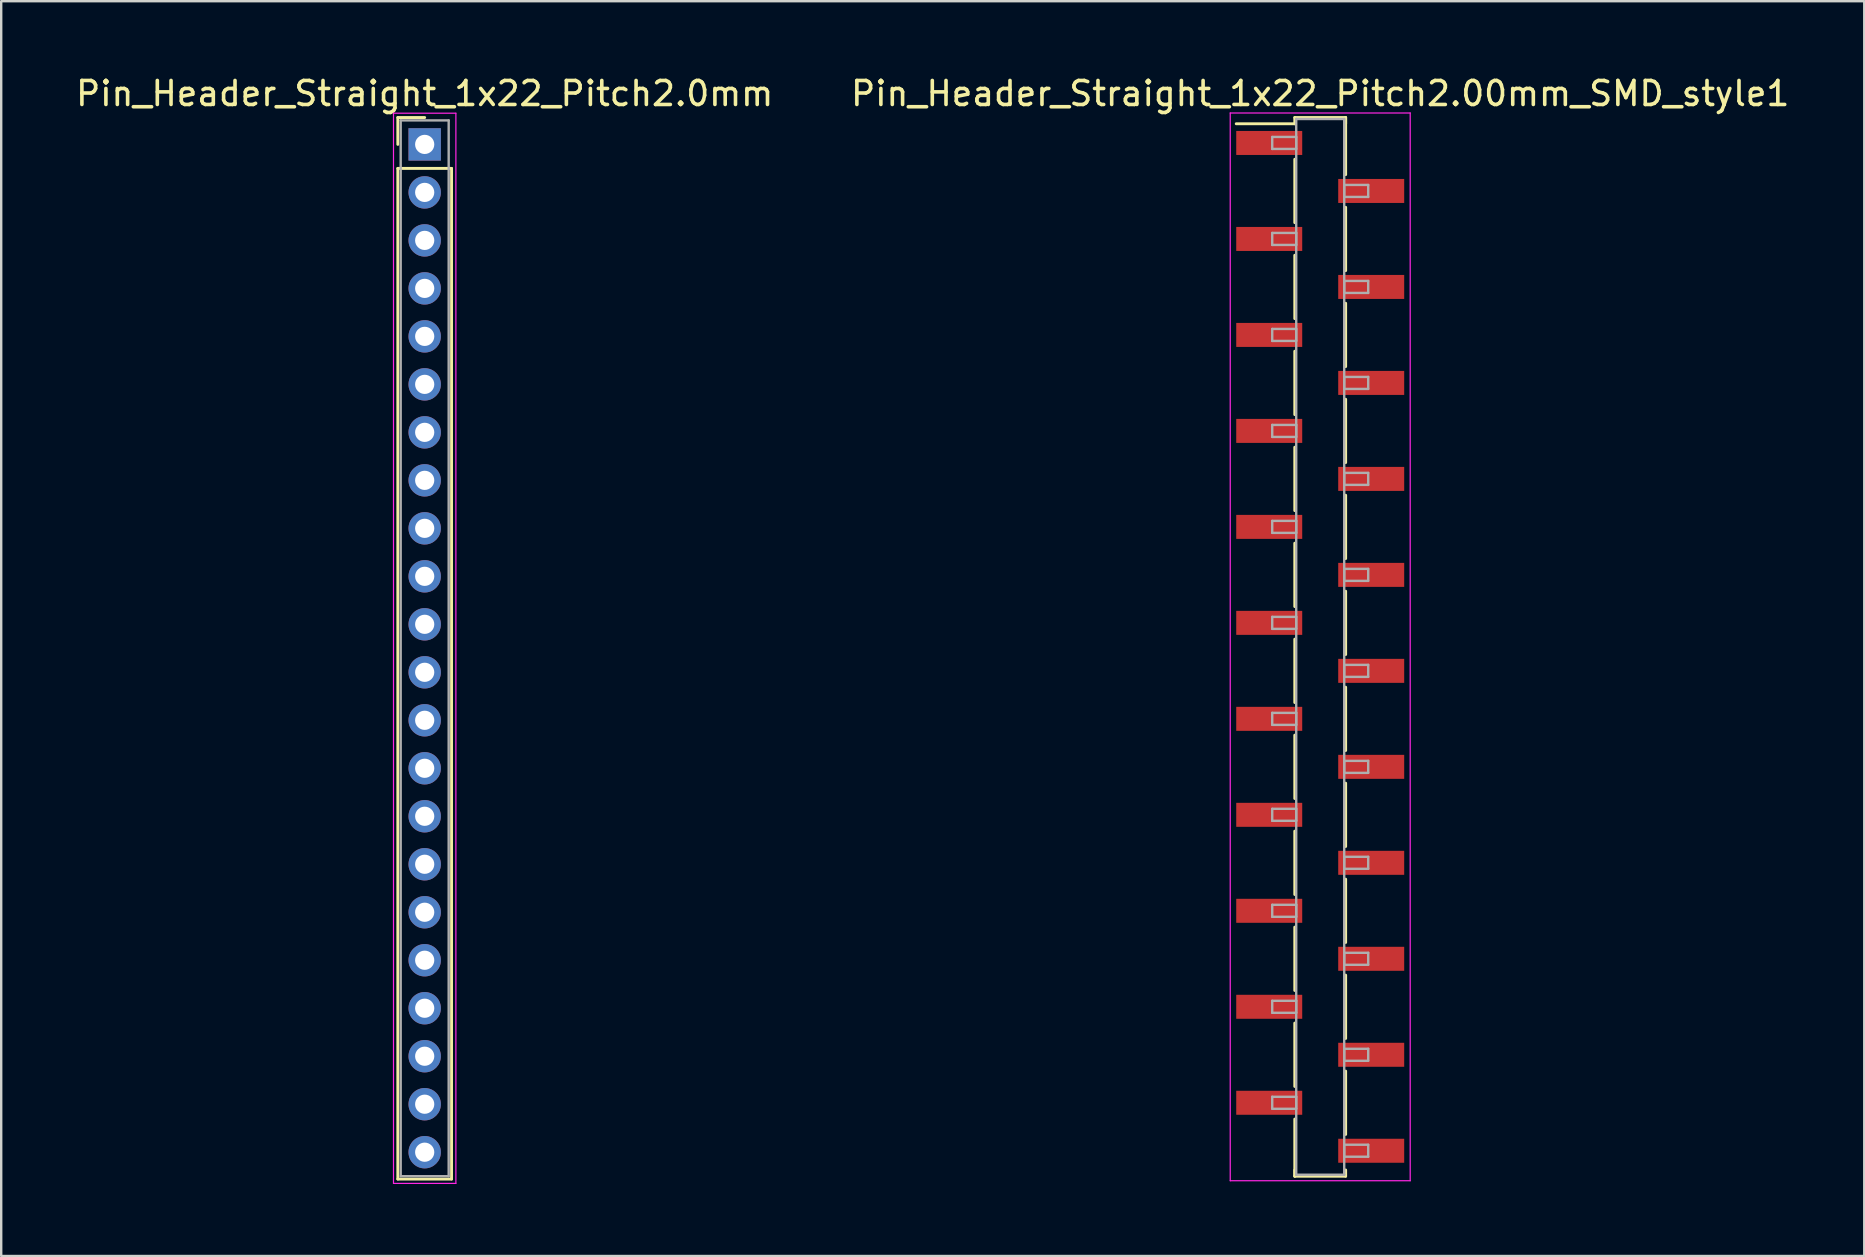
<source format=kicad_pcb>
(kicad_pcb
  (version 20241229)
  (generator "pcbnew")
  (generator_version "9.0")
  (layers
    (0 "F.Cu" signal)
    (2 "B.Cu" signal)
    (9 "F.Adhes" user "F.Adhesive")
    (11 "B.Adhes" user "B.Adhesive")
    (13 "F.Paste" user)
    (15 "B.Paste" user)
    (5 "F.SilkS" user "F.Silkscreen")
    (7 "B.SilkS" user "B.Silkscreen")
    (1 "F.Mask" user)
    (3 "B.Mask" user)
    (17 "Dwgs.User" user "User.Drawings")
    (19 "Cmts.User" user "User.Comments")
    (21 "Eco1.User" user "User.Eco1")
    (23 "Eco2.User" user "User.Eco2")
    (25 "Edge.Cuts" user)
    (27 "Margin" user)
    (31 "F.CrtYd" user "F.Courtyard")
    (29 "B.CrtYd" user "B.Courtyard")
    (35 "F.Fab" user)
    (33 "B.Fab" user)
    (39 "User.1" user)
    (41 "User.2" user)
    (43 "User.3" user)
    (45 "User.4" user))
  (footprint "Pin_Header_Straight_1x22_Pitch2.0mm"
    (layer "F.Cu")
    (at 14.649 2.968)
    (property "Reference" "Pin_Header_Straight_1x22_Pitch2.0mm" (at 0 -2.12 0) (layer "F.SilkS") (effects (font (size 1 1) (thickness 0.15))))
    (attr through_hole)
    (fp_line (start -1.12 -1.12) (end 0 -1.12) (stroke (width 0.12) (type solid)) (layer "F.SilkS"))
    (fp_line (start -1.12 0) (end -1.12 -1.12) (stroke (width 0.12) (type solid)) (layer "F.SilkS"))
    (fp_line (start -1.12 1) (end -1.12 43.12) (stroke (width 0.12) (type solid)) (layer "F.SilkS"))
    (fp_line (start -1.12 43.12) (end 1.12 43.12) (stroke (width 0.12) (type solid)) (layer "F.SilkS"))
    (fp_line (start 1.12 1) (end -1.12 1) (stroke (width 0.12) (type solid)) (layer "F.SilkS"))
    (fp_line (start 1.12 43.12) (end 1.12 1) (stroke (width 0.12) (type solid)) (layer "F.SilkS"))
    (fp_line (start -1.3 -1.3) (end -1.3 43.3) (stroke (width 0.05) (type solid)) (layer "F.CrtYd"))
    (fp_line (start -1.3 43.3) (end 1.3 43.3) (stroke (width 0.05) (type solid)) (layer "F.CrtYd"))
    (fp_line (start 1.3 -1.3) (end -1.3 -1.3) (stroke (width 0.05) (type solid)) (layer "F.CrtYd"))
    (fp_line (start 1.3 43.3) (end 1.3 -1.3) (stroke (width 0.05) (type solid)) (layer "F.CrtYd"))
    (fp_line (start -1 -1) (end -1 43) (stroke (width 0.1) (type solid)) (layer "F.Fab"))
    (fp_line (start -1 43) (end 1 43) (stroke (width 0.1) (type solid)) (layer "F.Fab"))
    (fp_line (start 1 -1) (end -1 -1) (stroke (width 0.1) (type solid)) (layer "F.Fab"))
    (fp_line (start 1 43) (end 1 -1) (stroke (width 0.1) (type solid)) (layer "F.Fab"))
    (pad "1" thru_hole rect (at 0 0) (size 1.35 1.35) (drill 0.8) (layers "*.Cu" "*.Mask"))
    (pad "2" thru_hole oval (at 0 2) (size 1.35 1.35) (drill 0.8) (layers "*.Cu" "*.Mask"))
    (pad "3" thru_hole oval (at 0 4) (size 1.35 1.35) (drill 0.8) (layers "*.Cu" "*.Mask"))
    (pad "4" thru_hole oval (at 0 6) (size 1.35 1.35) (drill 0.8) (layers "*.Cu" "*.Mask"))
    (pad "5" thru_hole oval (at 0 8) (size 1.35 1.35) (drill 0.8) (layers "*.Cu" "*.Mask"))
    (pad "6" thru_hole oval (at 0 10) (size 1.35 1.35) (drill 0.8) (layers "*.Cu" "*.Mask"))
    (pad "7" thru_hole oval (at 0 12) (size 1.35 1.35) (drill 0.8) (layers "*.Cu" "*.Mask"))
    (pad "8" thru_hole oval (at 0 14) (size 1.35 1.35) (drill 0.8) (layers "*.Cu" "*.Mask"))
    (pad "9" thru_hole oval (at 0 16) (size 1.35 1.35) (drill 0.8) (layers "*.Cu" "*.Mask"))
    (pad "10" thru_hole oval (at 0 18) (size 1.35 1.35) (drill 0.8) (layers "*.Cu" "*.Mask"))
    (pad "11" thru_hole oval (at 0 20) (size 1.35 1.35) (drill 0.8) (layers "*.Cu" "*.Mask"))
    (pad "12" thru_hole oval (at 0 22) (size 1.35 1.35) (drill 0.8) (layers "*.Cu" "*.Mask"))
    (pad "13" thru_hole oval (at 0 24) (size 1.35 1.35) (drill 0.8) (layers "*.Cu" "*.Mask"))
    (pad "14" thru_hole oval (at 0 26) (size 1.35 1.35) (drill 0.8) (layers "*.Cu" "*.Mask"))
    (pad "15" thru_hole oval (at 0 28) (size 1.35 1.35) (drill 0.8) (layers "*.Cu" "*.Mask"))
    (pad "16" thru_hole oval (at 0 30) (size 1.35 1.35) (drill 0.8) (layers "*.Cu" "*.Mask"))
    (pad "17" thru_hole oval (at 0 32) (size 1.35 1.35) (drill 0.8) (layers "*.Cu" "*.Mask"))
    (pad "18" thru_hole oval (at 0 34) (size 1.35 1.35) (drill 0.8) (layers "*.Cu" "*.Mask"))
    (pad "19" thru_hole oval (at 0 36) (size 1.35 1.35) (drill 0.8) (layers "*.Cu" "*.Mask"))
    (pad "20" thru_hole oval (at 0 38) (size 1.35 1.35) (drill 0.8) (layers "*.Cu" "*.Mask"))
    (pad "21" thru_hole oval (at 0 40) (size 1.35 1.35) (drill 0.8) (layers "*.Cu" "*.Mask"))
    (pad "22" thru_hole oval (at 0 42) (size 1.35 1.35) (drill 0.8) (layers "*.Cu" "*.Mask")))
  (footprint "Pin_Header_Straight_1x22_Pitch2.00mm_SMD_style1"
    (layer "F.Cu")
    (at 51.97 23.908)
    (property "Reference" "Pin_Header_Straight_1x22_Pitch2.00mm_SMD_style1" (at 0 -23.06 0) (layer "F.SilkS") (effects (font (size 1 1) (thickness 0.15))))
    (attr smd)
    (fp_line (start -1.06 -22.06) (end 1.06 -22.06) (stroke (width 0.12) (type solid)) (layer "F.SilkS"))
    (fp_line (start -1.06 -21.8) (end -3.5 -21.8) (stroke (width 0.12) (type solid)) (layer "F.SilkS"))
    (fp_line (start -1.06 -21.8) (end -1.06 -22.06) (stroke (width 0.12) (type solid)) (layer "F.SilkS"))
    (fp_line (start -1.06 -20.32) (end -1.06 -17.68) (stroke (width 0.12) (type solid)) (layer "F.SilkS"))
    (fp_line (start -1.06 -16.32) (end -1.06 -13.68) (stroke (width 0.12) (type solid)) (layer "F.SilkS"))
    (fp_line (start -1.06 -12.32) (end -1.06 -9.68) (stroke (width 0.12) (type solid)) (layer "F.SilkS"))
    (fp_line (start -1.06 -8.32) (end -1.06 -5.68) (stroke (width 0.12) (type solid)) (layer "F.SilkS"))
    (fp_line (start -1.06 -4.32) (end -1.06 -1.68) (stroke (width 0.12) (type solid)) (layer "F.SilkS"))
    (fp_line (start -1.06 -0.32) (end -1.06 2.32) (stroke (width 0.12) (type solid)) (layer "F.SilkS"))
    (fp_line (start -1.06 3.68) (end -1.06 6.32) (stroke (width 0.12) (type solid)) (layer "F.SilkS"))
    (fp_line (start -1.06 7.68) (end -1.06 10.32) (stroke (width 0.12) (type solid)) (layer "F.SilkS"))
    (fp_line (start -1.06 11.68) (end -1.06 14.32) (stroke (width 0.12) (type solid)) (layer "F.SilkS"))
    (fp_line (start -1.06 15.68) (end -1.06 18.32) (stroke (width 0.12) (type solid)) (layer "F.SilkS"))
    (fp_line (start -1.06 19.68) (end -1.06 22.06) (stroke (width 0.12) (type solid)) (layer "F.SilkS"))
    (fp_line (start -1.06 21.8) (end -1.06 22.06) (stroke (width 0.12) (type solid)) (layer "F.SilkS"))
    (fp_line (start -1.06 22.06) (end 1.06 22.06) (stroke (width 0.12) (type solid)) (layer "F.SilkS"))
    (fp_line (start 1.06 -22.06) (end 1.06 -21.8) (stroke (width 0.12) (type solid)) (layer "F.SilkS"))
    (fp_line (start 1.06 -22.06) (end 1.06 -19.68) (stroke (width 0.12) (type solid)) (layer "F.SilkS"))
    (fp_line (start 1.06 -18.32) (end 1.06 -15.68) (stroke (width 0.12) (type solid)) (layer "F.SilkS"))
    (fp_line (start 1.06 -14.32) (end 1.06 -11.68) (stroke (width 0.12) (type solid)) (layer "F.SilkS"))
    (fp_line (start 1.06 -10.32) (end 1.06 -7.68) (stroke (width 0.12) (type solid)) (layer "F.SilkS"))
    (fp_line (start 1.06 -6.32) (end 1.06 -3.68) (stroke (width 0.12) (type solid)) (layer "F.SilkS"))
    (fp_line (start 1.06 -2.32) (end 1.06 0.32) (stroke (width 0.12) (type solid)) (layer "F.SilkS"))
    (fp_line (start 1.06 1.68) (end 1.06 4.32) (stroke (width 0.12) (type solid)) (layer "F.SilkS"))
    (fp_line (start 1.06 5.68) (end 1.06 8.32) (stroke (width 0.12) (type solid)) (layer "F.SilkS"))
    (fp_line (start 1.06 9.68) (end 1.06 12.32) (stroke (width 0.12) (type solid)) (layer "F.SilkS"))
    (fp_line (start 1.06 13.68) (end 1.06 16.32) (stroke (width 0.12) (type solid)) (layer "F.SilkS"))
    (fp_line (start 1.06 17.68) (end 1.06 20.32) (stroke (width 0.12) (type solid)) (layer "F.SilkS"))
    (fp_line (start 1.06 22.06) (end 1.06 21.8) (stroke (width 0.12) (type solid)) (layer "F.SilkS"))
    (fp_line (start -3.75 -22.25) (end -3.75 22.25) (stroke (width 0.05) (type solid)) (layer "F.CrtYd"))
    (fp_line (start -3.75 22.25) (end 3.75 22.25) (stroke (width 0.05) (type solid)) (layer "F.CrtYd"))
    (fp_line (start 3.75 -22.25) (end -3.75 -22.25) (stroke (width 0.05) (type solid)) (layer "F.CrtYd"))
    (fp_line (start 3.75 22.25) (end 3.75 -22.25) (stroke (width 0.05) (type solid)) (layer "F.CrtYd"))
    (fp_line (start -2 -21.25) (end -1 -21.25) (stroke (width 0.1) (type solid)) (layer "F.Fab"))
    (fp_line (start -2 -20.75) (end -2 -21.25) (stroke (width 0.1) (type solid)) (layer "F.Fab"))
    (fp_line (start -2 -17.25) (end -1 -17.25) (stroke (width 0.1) (type solid)) (layer "F.Fab"))
    (fp_line (start -2 -16.75) (end -2 -17.25) (stroke (width 0.1) (type solid)) (layer "F.Fab"))
    (fp_line (start -2 -13.25) (end -1 -13.25) (stroke (width 0.1) (type solid)) (layer "F.Fab"))
    (fp_line (start -2 -12.75) (end -2 -13.25) (stroke (width 0.1) (type solid)) (layer "F.Fab"))
    (fp_line (start -2 -9.25) (end -1 -9.25) (stroke (width 0.1) (type solid)) (layer "F.Fab"))
    (fp_line (start -2 -8.75) (end -2 -9.25) (stroke (width 0.1) (type solid)) (layer "F.Fab"))
    (fp_line (start -2 -5.25) (end -1 -5.25) (stroke (width 0.1) (type solid)) (layer "F.Fab"))
    (fp_line (start -2 -4.75) (end -2 -5.25) (stroke (width 0.1) (type solid)) (layer "F.Fab"))
    (fp_line (start -2 -1.25) (end -1 -1.25) (stroke (width 0.1) (type solid)) (layer "F.Fab"))
    (fp_line (start -2 -0.75) (end -2 -1.25) (stroke (width 0.1) (type solid)) (layer "F.Fab"))
    (fp_line (start -2 2.75) (end -1 2.75) (stroke (width 0.1) (type solid)) (layer "F.Fab"))
    (fp_line (start -2 3.25) (end -2 2.75) (stroke (width 0.1) (type solid)) (layer "F.Fab"))
    (fp_line (start -2 6.75) (end -1 6.75) (stroke (width 0.1) (type solid)) (layer "F.Fab"))
    (fp_line (start -2 7.25) (end -2 6.75) (stroke (width 0.1) (type solid)) (layer "F.Fab"))
    (fp_line (start -2 10.75) (end -1 10.75) (stroke (width 0.1) (type solid)) (layer "F.Fab"))
    (fp_line (start -2 11.25) (end -2 10.75) (stroke (width 0.1) (type solid)) (layer "F.Fab"))
    (fp_line (start -2 14.75) (end -1 14.75) (stroke (width 0.1) (type solid)) (layer "F.Fab"))
    (fp_line (start -2 15.25) (end -2 14.75) (stroke (width 0.1) (type solid)) (layer "F.Fab"))
    (fp_line (start -2 18.75) (end -1 18.75) (stroke (width 0.1) (type solid)) (layer "F.Fab"))
    (fp_line (start -2 19.25) (end -2 18.75) (stroke (width 0.1) (type solid)) (layer "F.Fab"))
    (fp_line (start -1 -22) (end -1 22) (stroke (width 0.1) (type solid)) (layer "F.Fab"))
    (fp_line (start -1 -21.25) (end -1 -20.75) (stroke (width 0.1) (type solid)) (layer "F.Fab"))
    (fp_line (start -1 -20.75) (end -2 -20.75) (stroke (width 0.1) (type solid)) (layer "F.Fab"))
    (fp_line (start -1 -17.25) (end -1 -16.75) (stroke (width 0.1) (type solid)) (layer "F.Fab"))
    (fp_line (start -1 -16.75) (end -2 -16.75) (stroke (width 0.1) (type solid)) (layer "F.Fab"))
    (fp_line (start -1 -13.25) (end -1 -12.75) (stroke (width 0.1) (type solid)) (layer "F.Fab"))
    (fp_line (start -1 -12.75) (end -2 -12.75) (stroke (width 0.1) (type solid)) (layer "F.Fab"))
    (fp_line (start -1 -9.25) (end -1 -8.75) (stroke (width 0.1) (type solid)) (layer "F.Fab"))
    (fp_line (start -1 -8.75) (end -2 -8.75) (stroke (width 0.1) (type solid)) (layer "F.Fab"))
    (fp_line (start -1 -5.25) (end -1 -4.75) (stroke (width 0.1) (type solid)) (layer "F.Fab"))
    (fp_line (start -1 -4.75) (end -2 -4.75) (stroke (width 0.1) (type solid)) (layer "F.Fab"))
    (fp_line (start -1 -1.25) (end -1 -0.75) (stroke (width 0.1) (type solid)) (layer "F.Fab"))
    (fp_line (start -1 -0.75) (end -2 -0.75) (stroke (width 0.1) (type solid)) (layer "F.Fab"))
    (fp_line (start -1 2.75) (end -1 3.25) (stroke (width 0.1) (type solid)) (layer "F.Fab"))
    (fp_line (start -1 3.25) (end -2 3.25) (stroke (width 0.1) (type solid)) (layer "F.Fab"))
    (fp_line (start -1 6.75) (end -1 7.25) (stroke (width 0.1) (type solid)) (layer "F.Fab"))
    (fp_line (start -1 7.25) (end -2 7.25) (stroke (width 0.1) (type solid)) (layer "F.Fab"))
    (fp_line (start -1 10.75) (end -1 11.25) (stroke (width 0.1) (type solid)) (layer "F.Fab"))
    (fp_line (start -1 11.25) (end -2 11.25) (stroke (width 0.1) (type solid)) (layer "F.Fab"))
    (fp_line (start -1 14.75) (end -1 15.25) (stroke (width 0.1) (type solid)) (layer "F.Fab"))
    (fp_line (start -1 15.25) (end -2 15.25) (stroke (width 0.1) (type solid)) (layer "F.Fab"))
    (fp_line (start -1 18.75) (end -1 19.25) (stroke (width 0.1) (type solid)) (layer "F.Fab"))
    (fp_line (start -1 19.25) (end -2 19.25) (stroke (width 0.1) (type solid)) (layer "F.Fab"))
    (fp_line (start -1 22) (end 1 22) (stroke (width 0.1) (type solid)) (layer "F.Fab"))
    (fp_line (start 1 -22) (end -1 -22) (stroke (width 0.1) (type solid)) (layer "F.Fab"))
    (fp_line (start 1 -19.25) (end 1 -18.75) (stroke (width 0.1) (type solid)) (layer "F.Fab"))
    (fp_line (start 1 -18.75) (end 2 -18.75) (stroke (width 0.1) (type solid)) (layer "F.Fab"))
    (fp_line (start 1 -15.25) (end 1 -14.75) (stroke (width 0.1) (type solid)) (layer "F.Fab"))
    (fp_line (start 1 -14.75) (end 2 -14.75) (stroke (width 0.1) (type solid)) (layer "F.Fab"))
    (fp_line (start 1 -11.25) (end 1 -10.75) (stroke (width 0.1) (type solid)) (layer "F.Fab"))
    (fp_line (start 1 -10.75) (end 2 -10.75) (stroke (width 0.1) (type solid)) (layer "F.Fab"))
    (fp_line (start 1 -7.25) (end 1 -6.75) (stroke (width 0.1) (type solid)) (layer "F.Fab"))
    (fp_line (start 1 -6.75) (end 2 -6.75) (stroke (width 0.1) (type solid)) (layer "F.Fab"))
    (fp_line (start 1 -3.25) (end 1 -2.75) (stroke (width 0.1) (type solid)) (layer "F.Fab"))
    (fp_line (start 1 -2.75) (end 2 -2.75) (stroke (width 0.1) (type solid)) (layer "F.Fab"))
    (fp_line (start 1 0.75) (end 1 1.25) (stroke (width 0.1) (type solid)) (layer "F.Fab"))
    (fp_line (start 1 1.25) (end 2 1.25) (stroke (width 0.1) (type solid)) (layer "F.Fab"))
    (fp_line (start 1 4.75) (end 1 5.25) (stroke (width 0.1) (type solid)) (layer "F.Fab"))
    (fp_line (start 1 5.25) (end 2 5.25) (stroke (width 0.1) (type solid)) (layer "F.Fab"))
    (fp_line (start 1 8.75) (end 1 9.25) (stroke (width 0.1) (type solid)) (layer "F.Fab"))
    (fp_line (start 1 9.25) (end 2 9.25) (stroke (width 0.1) (type solid)) (layer "F.Fab"))
    (fp_line (start 1 12.75) (end 1 13.25) (stroke (width 0.1) (type solid)) (layer "F.Fab"))
    (fp_line (start 1 13.25) (end 2 13.25) (stroke (width 0.1) (type solid)) (layer "F.Fab"))
    (fp_line (start 1 16.75) (end 1 17.25) (stroke (width 0.1) (type solid)) (layer "F.Fab"))
    (fp_line (start 1 17.25) (end 2 17.25) (stroke (width 0.1) (type solid)) (layer "F.Fab"))
    (fp_line (start 1 20.75) (end 1 21.25) (stroke (width 0.1) (type solid)) (layer "F.Fab"))
    (fp_line (start 1 21.25) (end 2 21.25) (stroke (width 0.1) (type solid)) (layer "F.Fab"))
    (fp_line (start 1 22) (end 1 -22) (stroke (width 0.1) (type solid)) (layer "F.Fab"))
    (fp_line (start 2 -19.25) (end 1 -19.25) (stroke (width 0.1) (type solid)) (layer "F.Fab"))
    (fp_line (start 2 -18.75) (end 2 -19.25) (stroke (width 0.1) (type solid)) (layer "F.Fab"))
    (fp_line (start 2 -15.25) (end 1 -15.25) (stroke (width 0.1) (type solid)) (layer "F.Fab"))
    (fp_line (start 2 -14.75) (end 2 -15.25) (stroke (width 0.1) (type solid)) (layer "F.Fab"))
    (fp_line (start 2 -11.25) (end 1 -11.25) (stroke (width 0.1) (type solid)) (layer "F.Fab"))
    (fp_line (start 2 -10.75) (end 2 -11.25) (stroke (width 0.1) (type solid)) (layer "F.Fab"))
    (fp_line (start 2 -7.25) (end 1 -7.25) (stroke (width 0.1) (type solid)) (layer "F.Fab"))
    (fp_line (start 2 -6.75) (end 2 -7.25) (stroke (width 0.1) (type solid)) (layer "F.Fab"))
    (fp_line (start 2 -3.25) (end 1 -3.25) (stroke (width 0.1) (type solid)) (layer "F.Fab"))
    (fp_line (start 2 -2.75) (end 2 -3.25) (stroke (width 0.1) (type solid)) (layer "F.Fab"))
    (fp_line (start 2 0.75) (end 1 0.75) (stroke (width 0.1) (type solid)) (layer "F.Fab"))
    (fp_line (start 2 1.25) (end 2 0.75) (stroke (width 0.1) (type solid)) (layer "F.Fab"))
    (fp_line (start 2 4.75) (end 1 4.75) (stroke (width 0.1) (type solid)) (layer "F.Fab"))
    (fp_line (start 2 5.25) (end 2 4.75) (stroke (width 0.1) (type solid)) (layer "F.Fab"))
    (fp_line (start 2 8.75) (end 1 8.75) (stroke (width 0.1) (type solid)) (layer "F.Fab"))
    (fp_line (start 2 9.25) (end 2 8.75) (stroke (width 0.1) (type solid)) (layer "F.Fab"))
    (fp_line (start 2 12.75) (end 1 12.75) (stroke (width 0.1) (type solid)) (layer "F.Fab"))
    (fp_line (start 2 13.25) (end 2 12.75) (stroke (width 0.1) (type solid)) (layer "F.Fab"))
    (fp_line (start 2 16.75) (end 1 16.75) (stroke (width 0.1) (type solid)) (layer "F.Fab"))
    (fp_line (start 2 17.25) (end 2 16.75) (stroke (width 0.1) (type solid)) (layer "F.Fab"))
    (fp_line (start 2 20.75) (end 1 20.75) (stroke (width 0.1) (type solid)) (layer "F.Fab"))
    (fp_line (start 2 21.25) (end 2 20.75) (stroke (width 0.1) (type solid)) (layer "F.Fab"))
    (pad "1" smd rect (at -2.125 -21) (size 2.75 1) (layers "F.Cu" "F.Mask"))
    (pad "2" smd rect (at 2.125 -19) (size 2.75 1) (layers "F.Cu" "F.Mask"))
    (pad "3" smd rect (at -2.125 -17) (size 2.75 1) (layers "F.Cu" "F.Mask"))
    (pad "4" smd rect (at 2.125 -15) (size 2.75 1) (layers "F.Cu" "F.Mask"))
    (pad "5" smd rect (at -2.125 -13) (size 2.75 1) (layers "F.Cu" "F.Mask"))
    (pad "6" smd rect (at 2.125 -11) (size 2.75 1) (layers "F.Cu" "F.Mask"))
    (pad "7" smd rect (at -2.125 -9) (size 2.75 1) (layers "F.Cu" "F.Mask"))
    (pad "8" smd rect (at 2.125 -7) (size 2.75 1) (layers "F.Cu" "F.Mask"))
    (pad "9" smd rect (at -2.125 -5) (size 2.75 1) (layers "F.Cu" "F.Mask"))
    (pad "10" smd rect (at 2.125 -3) (size 2.75 1) (layers "F.Cu" "F.Mask"))
    (pad "11" smd rect (at -2.125 -1) (size 2.75 1) (layers "F.Cu" "F.Mask"))
    (pad "12" smd rect (at 2.125 1) (size 2.75 1) (layers "F.Cu" "F.Mask"))
    (pad "13" smd rect (at -2.125 3) (size 2.75 1) (layers "F.Cu" "F.Mask"))
    (pad "14" smd rect (at 2.125 5) (size 2.75 1) (layers "F.Cu" "F.Mask"))
    (pad "15" smd rect (at -2.125 7) (size 2.75 1) (layers "F.Cu" "F.Mask"))
    (pad "16" smd rect (at 2.125 9) (size 2.75 1) (layers "F.Cu" "F.Mask"))
    (pad "17" smd rect (at -2.125 11) (size 2.75 1) (layers "F.Cu" "F.Mask"))
    (pad "18" smd rect (at 2.125 13) (size 2.75 1) (layers "F.Cu" "F.Mask"))
    (pad "19" smd rect (at -2.125 15) (size 2.75 1) (layers "F.Cu" "F.Mask"))
    (pad "20" smd rect (at 2.125 17) (size 2.75 1) (layers "F.Cu" "F.Mask"))
    (pad "21" smd rect (at -2.125 19) (size 2.75 1) (layers "F.Cu" "F.Mask"))
    (pad "22" smd rect (at 2.125 21) (size 2.75 1) (layers "F.Cu" "F.Mask")))
  (gr_rect
    (start -3 -3)
    (end 74.643 49.293)
    (stroke (width 0.1) (type default))
    (fill no)
    (layer "Edge.Cuts")))
</source>
